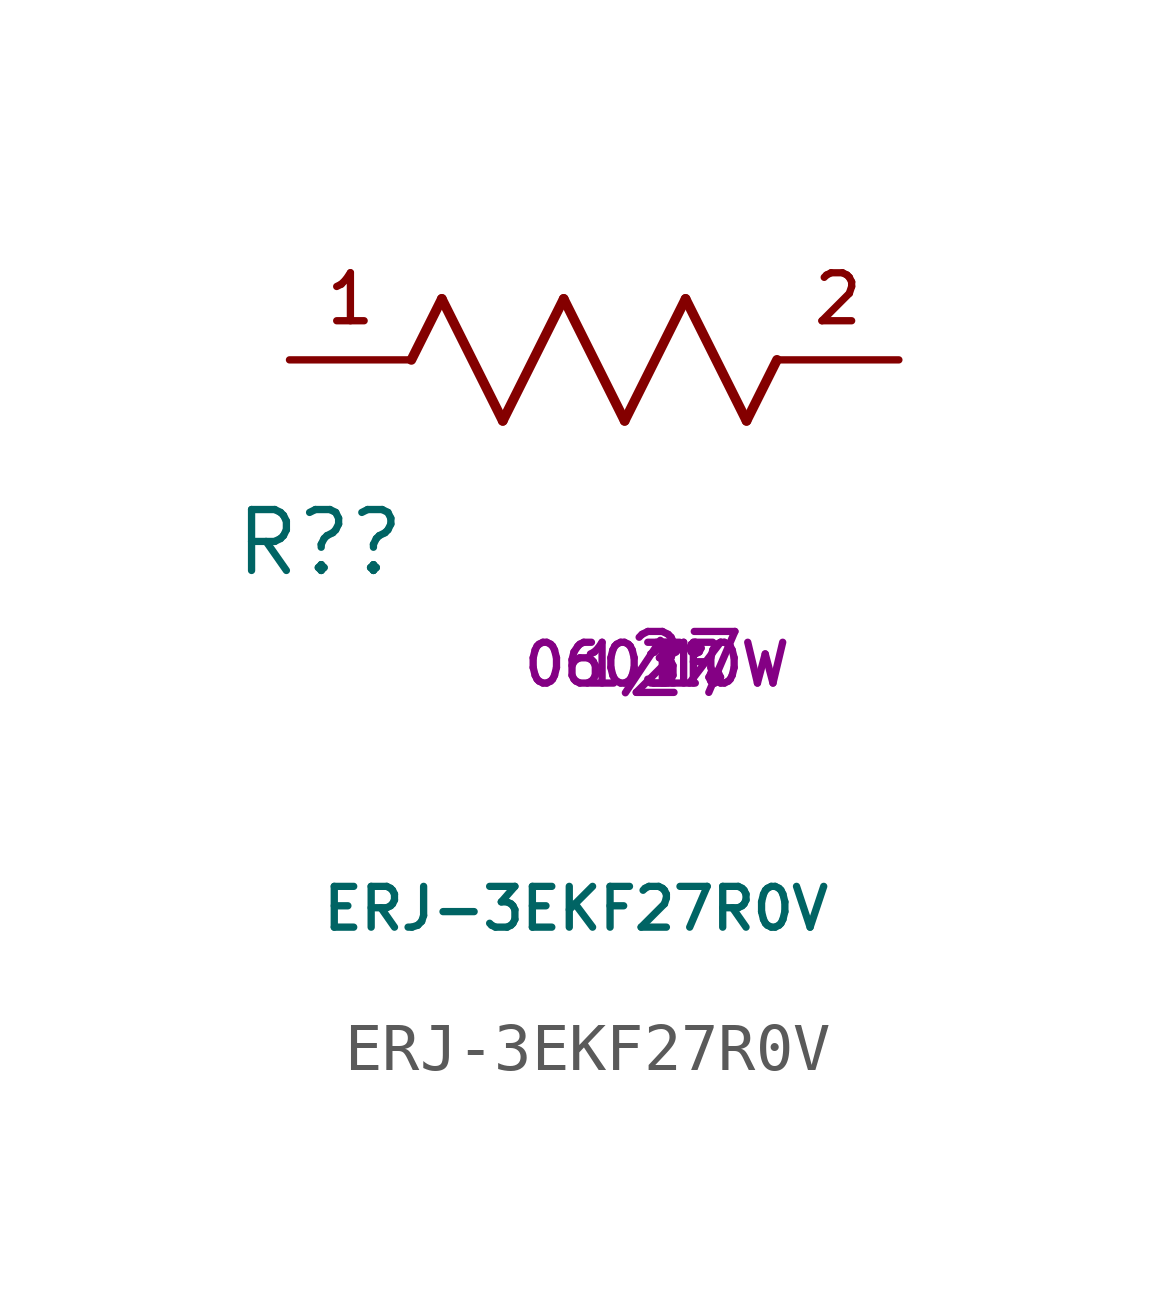
<source format=kicad_sym>
(kicad_symbol_lib
  (version 20211014)
  (generator kicad_symbol_editor)
  (symbol "ERJ-3EKF27R0V"
    (pin_numbers hide)
    (pin_names
      (offset 1.016) hide)
    (property "Reference" "R?"
      (at -7.624 2.541 0)
      (effects (font (size 1.27 1.27))))
    (property "Value" "ERJ-3EKF27R0V"
      (at -7.624 -5.087 0)
      (effects (font (size 0.85 0.85)) (justify left)))
    (property "Resistance" "27"
      (at 0 0 0)
      (effects (font (size 1.27 1.27))))
    (property "Tolerance" "1%"
      (at 0 0 0)
      (effects (font (size 0.85 0.85))))
    (property "Power Dissipation" "1/10W"
      (at 0 0 0)
      (effects (font (size 0.85 0.85))))
    (property "Type" "TF"
      (at 0 0 0)
      (effects (font (size 0.85 0.85))))
    (property "Size" "0603"
      (at 0 0 0)
      (effects (font (size 0.85 0.85)) (justify right)))
    (symbol "ERJ-3EKF27R0V_0_0"
      (text "1" (at -6.985 7.62 0) (effects (font (size 1 1))))
      (text "2" (at 3.175 7.62 0) (effects (font (size 1 1)))))
    (symbol "ERJ-3EKF27R0V_1_1"
      (polyline (pts (xy -5.08 7.62) (xy -5.715 6.35)) (stroke (width 0.203) (type default) (color 0 0 0 0)) (fill (type none)))
      (polyline (pts (xy -3.81 5.08) (xy -5.08 7.62)) (stroke (width 0.203) (type default) (color 0 0 0 0)) (fill (type none)))
      (polyline (pts (xy -2.54 7.62) (xy -3.81 5.08)) (stroke (width 0.203) (type default) (color 0 0 0 0)) (fill (type none)))
      (polyline (pts (xy -1.27 5.08) (xy -2.54 7.62)) (stroke (width 0.203) (type default) (color 0 0 0 0)) (fill (type none)))
      (polyline (pts (xy 0 7.62) (xy -1.27 5.08)) (stroke (width 0.203) (type default) (color 0 0 0 0)) (fill (type none)))
      (polyline (pts (xy 1.27 5.08) (xy 0 7.62)) (stroke (width 0.203) (type default) (color 0 0 0 0)) (fill (type none)))
      (polyline (pts (xy 1.905 6.35) (xy 1.27 5.08)) (stroke (width 0.203) (type default) (color 0 0 0 0)) (fill (type none)))
      (pin passive line (at -8.255 6.35 0) (length 2.54) (name "1" (effects (font (size 1.27 1.27)))) (number "1" (effects (font (size 1.27 1.27)))))
      (pin passive line (at 4.445 6.35 180) (length 2.54) (name "2" (effects (font (size 1.27 1.27)))) (number "2" (effects (font (size 1.27 1.27))))))))
</source>
